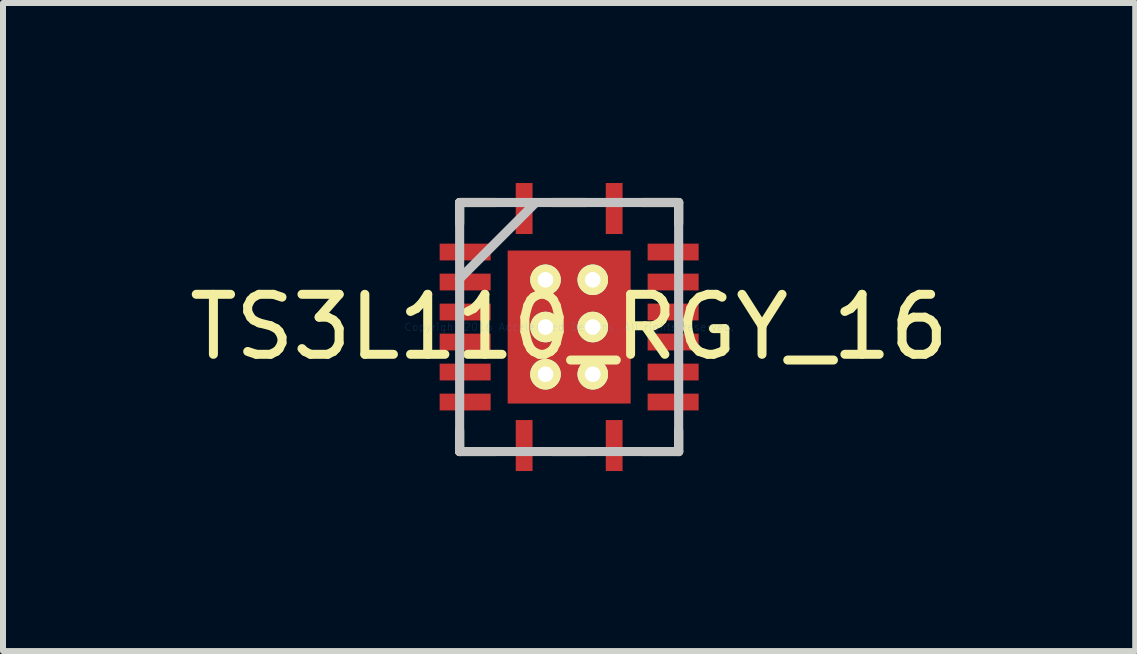
<source format=kicad_pcb>
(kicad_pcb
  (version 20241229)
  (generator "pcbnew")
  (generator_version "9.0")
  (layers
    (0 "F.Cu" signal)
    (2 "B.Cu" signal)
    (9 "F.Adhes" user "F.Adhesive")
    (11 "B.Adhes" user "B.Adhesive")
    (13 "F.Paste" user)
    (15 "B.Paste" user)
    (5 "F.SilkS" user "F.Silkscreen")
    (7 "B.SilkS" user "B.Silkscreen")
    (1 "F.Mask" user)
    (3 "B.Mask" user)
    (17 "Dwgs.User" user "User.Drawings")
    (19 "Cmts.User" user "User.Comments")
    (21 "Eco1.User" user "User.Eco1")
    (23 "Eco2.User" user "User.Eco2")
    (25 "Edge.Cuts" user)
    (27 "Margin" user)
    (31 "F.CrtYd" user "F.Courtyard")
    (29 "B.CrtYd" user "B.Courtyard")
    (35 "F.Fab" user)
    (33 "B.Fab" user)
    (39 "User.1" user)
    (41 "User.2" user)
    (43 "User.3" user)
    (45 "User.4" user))
  (footprint "TS3L110_RGY_16"
    (layer "F.Cu")
    (at 6.435 2.4)
    (property "Reference" "TS3L110_RGY_16" (at 0 0 0) (layer "F.SilkS") (effects (font (size 1 1) (thickness 0.15))))
    (attr through_hole)
    (fp_line (start -1.825 -2.075) (end -1.825 -1.723) (stroke (width 0.152) (type solid)) (layer "F.SilkS"))
    (fp_line (start -1.825 1.723) (end -1.825 2.075) (stroke (width 0.152) (type solid)) (layer "F.SilkS"))
    (fp_line (start -1.825 2.075) (end -1.223 2.075) (stroke (width 0.152) (type solid)) (layer "F.SilkS"))
    (fp_line (start -1.223 -2.075) (end -1.825 -2.075) (stroke (width 0.152) (type solid)) (layer "F.SilkS"))
    (fp_line (start -0.277 2.075) (end 0.277 2.075) (stroke (width 0.152) (type solid)) (layer "F.SilkS"))
    (fp_line (start 0.277 -2.075) (end -0.277 -2.075) (stroke (width 0.152) (type solid)) (layer "F.SilkS"))
    (fp_line (start 1.223 2.075) (end 1.825 2.075) (stroke (width 0.152) (type solid)) (layer "F.SilkS"))
    (fp_line (start 1.825 -2.075) (end 1.223 -2.075) (stroke (width 0.152) (type solid)) (layer "F.SilkS"))
    (fp_line (start 1.825 -1.723) (end 1.825 -2.075) (stroke (width 0.152) (type solid)) (layer "F.SilkS"))
    (fp_line (start 1.825 2.075) (end 1.825 1.723) (stroke (width 0.152) (type solid)) (layer "F.SilkS"))
    (fp_line (start -1.825 -2.075) (end -1.825 2.075) (stroke (width 0.152) (type solid)) (layer "Dwgs.User"))
    (fp_line (start -1.825 -0.805) (end -0.555 -2.075) (stroke (width 0.152) (type solid)) (layer "Dwgs.User"))
    (fp_line (start -1.825 2.075) (end 1.825 2.075) (stroke (width 0.152) (type solid)) (layer "Dwgs.User"))
    (fp_line (start 1.825 -2.075) (end -1.825 -2.075) (stroke (width 0.152) (type solid)) (layer "Dwgs.User"))
    (fp_line (start 1.825 2.075) (end 1.825 -2.075) (stroke (width 0.152) (type solid)) (layer "Dwgs.User"))
    (fp_text user "Copyright 2016 Accelerated Designs. All rights reserved." (at 0 0 0) (layer "Cmts.User") (effects (font (size 0.127 0.127) (thickness 0.002))))
    (pad "" smd rect (at -1.733 -1.25 90) (size 0.025 0.025) (layers "F.Paste"))
    (pad "" smd rect (at -1.733 -0.75 90) (size 0.025 0.025) (layers "F.Paste"))
    (pad "" smd rect (at -1.733 -0.25 90) (size 0.025 0.025) (layers "F.Paste"))
    (pad "" smd rect (at -1.733 0.25 90) (size 0.025 0.025) (layers "F.Paste"))
    (pad "" smd rect (at -1.733 0.75 90) (size 0.025 0.025) (layers "F.Paste"))
    (pad "" smd rect (at -1.733 1.25 90) (size 0.025 0.025) (layers "F.Paste"))
    (pad "" smd rect (at -0.75 -1.975) (size 0.025 0.025) (layers "F.Paste"))
    (pad "" smd rect (at -0.75 1.975) (size 0.025 0.025) (layers "F.Paste"))
    (pad "" smd rect (at 0 0) (size 0.025 0.025) (layers "F.Mask"))
    (pad "" smd rect (at 0 0) (size 0.025 0.025) (layers "F.Paste"))
    (pad "" smd rect (at 0.75 -1.975) (size 0.025 0.025) (layers "F.Paste"))
    (pad "" smd rect (at 0.75 1.975) (size 0.025 0.025) (layers "F.Paste"))
    (pad "" smd rect (at 1.733 -1.25 90) (size 0.025 0.025) (layers "F.Paste"))
    (pad "" smd rect (at 1.733 -0.75 90) (size 0.025 0.025) (layers "F.Paste"))
    (pad "" smd rect (at 1.733 -0.25 90) (size 0.025 0.025) (layers "F.Paste"))
    (pad "" smd rect (at 1.733 0.25 90) (size 0.025 0.025) (layers "F.Paste"))
    (pad "" smd rect (at 1.733 0.75 90) (size 0.025 0.025) (layers "F.Paste"))
    (pad "" smd rect (at 1.733 1.25 90) (size 0.025 0.025) (layers "F.Paste"))
    (pad "1" smd rect (at -0.75 -1.975) (size 0.28 0.85) (layers "F.Cu"))
    (pad "2" smd rect (at -1.733 -1.25 90) (size 0.28 0.85) (layers "F.Cu"))
    (pad "3" smd rect (at -1.733 -0.75 90) (size 0.28 0.85) (layers "F.Cu"))
    (pad "4" smd rect (at -1.733 -0.25 90) (size 0.28 0.85) (layers "F.Cu"))
    (pad "5" smd rect (at -1.733 0.25 90) (size 0.28 0.85) (layers "F.Cu"))
    (pad "6" smd rect (at -1.733 0.75 90) (size 0.28 0.85) (layers "F.Cu"))
    (pad "7" smd rect (at -1.733 1.25 90) (size 0.28 0.85) (layers "F.Cu"))
    (pad "8" smd rect (at -0.75 1.975) (size 0.28 0.85) (layers "F.Cu"))
    (pad "9" smd rect (at 0.75 1.975) (size 0.28 0.85) (layers "F.Cu"))
    (pad "10" smd rect (at 1.733 1.25 90) (size 0.28 0.85) (layers "F.Cu"))
    (pad "11" smd rect (at 1.733 0.75 90) (size 0.28 0.85) (layers "F.Cu"))
    (pad "12" smd rect (at 1.733 0.25 90) (size 0.28 0.85) (layers "F.Cu"))
    (pad "13" smd rect (at 1.733 -0.25 90) (size 0.28 0.85) (layers "F.Cu"))
    (pad "14" smd rect (at 1.733 -0.75 90) (size 0.28 0.85) (layers "F.Cu"))
    (pad "15" smd rect (at 1.733 -1.25 90) (size 0.28 0.85) (layers "F.Cu"))
    (pad "16" smd rect (at 0.75 -1.975) (size 0.28 0.85) (layers "F.Cu"))
    (pad "17" smd rect (at 0 0) (size 2.05 2.55) (layers "F.Cu"))
    (pad "V" thru_hole circle (at -0.394 -0.787) (size 0.508 0.508) (drill 0.254) (layers "*.Cu" "F.SilkS"))
    (pad "V" thru_hole circle (at -0.394 -0.787) (size 0.508 0.508) (drill 0.254) (layers "*.Cu" "F.SilkS"))
    (pad "V" thru_hole circle (at -0.394 0) (size 0.508 0.508) (drill 0.254) (layers "*.Cu" "F.SilkS"))
    (pad "V" thru_hole circle (at -0.394 0) (size 0.508 0.508) (drill 0.254) (layers "*.Cu" "F.SilkS"))
    (pad "V" thru_hole circle (at -0.394 0.787) (size 0.508 0.508) (drill 0.254) (layers "*.Cu" "F.SilkS"))
    (pad "V" thru_hole circle (at -0.394 0.787) (size 0.508 0.508) (drill 0.254) (layers "*.Cu" "F.SilkS"))
    (pad "V" thru_hole circle (at 0.394 -0.787) (size 0.508 0.508) (drill 0.254) (layers "*.Cu" "F.SilkS"))
    (pad "V" thru_hole circle (at 0.394 -0.787) (size 0.508 0.508) (drill 0.254) (layers "*.Cu" "F.SilkS"))
    (pad "V" thru_hole circle (at 0.394 0) (size 0.508 0.508) (drill 0.254) (layers "*.Cu" "F.SilkS"))
    (pad "V" thru_hole circle (at 0.394 0) (size 0.508 0.508) (drill 0.254) (layers "*.Cu" "F.SilkS"))
    (pad "V" thru_hole circle (at 0.394 0.787) (size 0.508 0.508) (drill 0.254) (layers "*.Cu" "F.SilkS"))
    (pad "V" thru_hole circle (at 0.394 0.787) (size 0.508 0.508) (drill 0.254) (layers "*.Cu" "F.SilkS")))
  (gr_rect
    (start -3 -3)
    (end 15.869 7.8)
    (stroke (width 0.1) (type default))
    (fill no)
    (layer "Edge.Cuts")))
</source>
